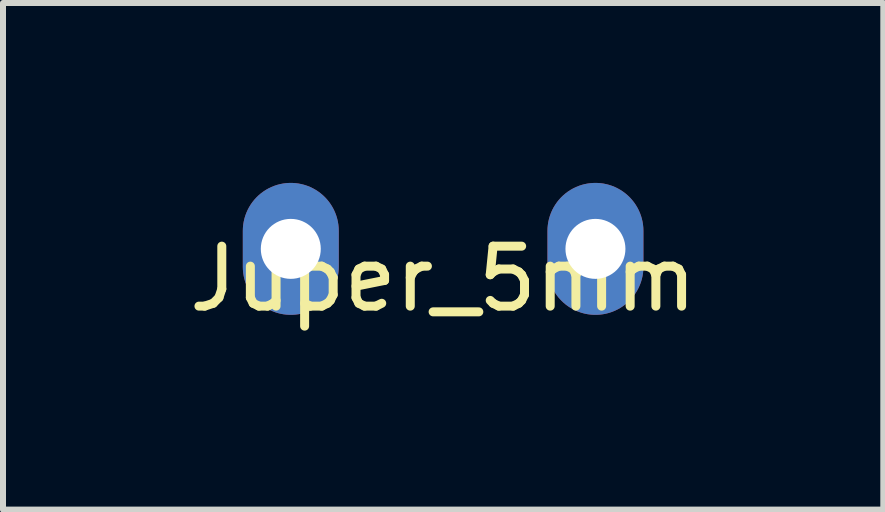
<source format=kicad_pcb>
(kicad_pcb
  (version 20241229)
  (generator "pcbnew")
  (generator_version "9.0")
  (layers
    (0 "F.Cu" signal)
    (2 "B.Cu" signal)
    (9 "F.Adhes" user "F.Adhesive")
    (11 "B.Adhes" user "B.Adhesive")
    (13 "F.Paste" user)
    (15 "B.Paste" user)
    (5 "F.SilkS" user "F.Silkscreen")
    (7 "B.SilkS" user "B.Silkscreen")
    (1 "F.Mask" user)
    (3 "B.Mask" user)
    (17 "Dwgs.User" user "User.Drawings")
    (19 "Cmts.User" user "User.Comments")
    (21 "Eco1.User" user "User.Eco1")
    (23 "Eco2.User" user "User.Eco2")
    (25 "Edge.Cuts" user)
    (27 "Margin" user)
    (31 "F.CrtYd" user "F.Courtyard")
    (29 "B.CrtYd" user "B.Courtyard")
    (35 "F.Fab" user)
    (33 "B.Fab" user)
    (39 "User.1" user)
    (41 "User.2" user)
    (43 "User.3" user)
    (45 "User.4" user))
  (footprint "Juper_5mm"
    (layer "F.Cu")
    (at 4.339 1.1)
    (property "Reference" "Juper_5mm" (at 0 0.5 0) (layer "F.SilkS") (effects (font (size 1 1) (thickness 0.15))))
    (attr through_hole)
    (pad "1" thru_hole oval (at -2.54 0) (size 1.6 2.2) (drill 1) (layers "*.Cu" "*.Mask"))
    (pad "2" thru_hole oval (at 2.54 0) (size 1.6 2.2) (drill 1) (layers "*.Cu" "*.Mask")))
  (gr_rect
    (start -3 -3)
    (end 11.679 5.448)
    (stroke (width 0.1) (type default))
    (fill no)
    (layer "Edge.Cuts")))
</source>
